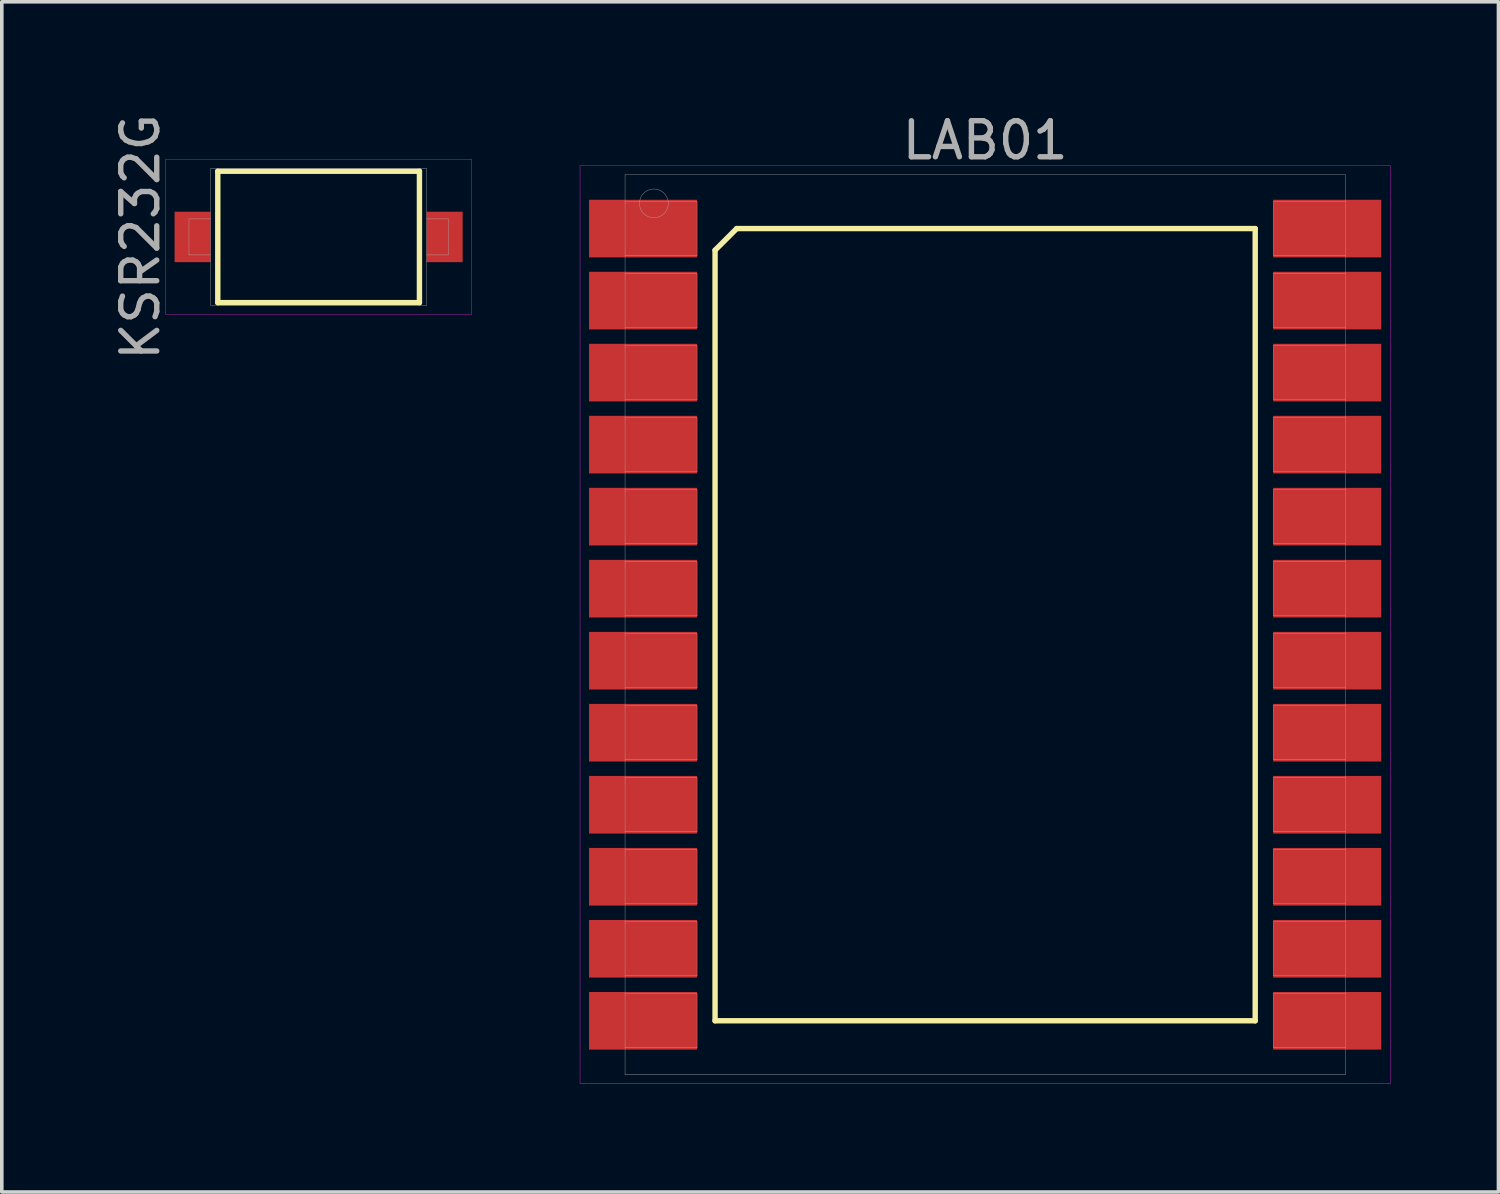
<source format=kicad_pcb>
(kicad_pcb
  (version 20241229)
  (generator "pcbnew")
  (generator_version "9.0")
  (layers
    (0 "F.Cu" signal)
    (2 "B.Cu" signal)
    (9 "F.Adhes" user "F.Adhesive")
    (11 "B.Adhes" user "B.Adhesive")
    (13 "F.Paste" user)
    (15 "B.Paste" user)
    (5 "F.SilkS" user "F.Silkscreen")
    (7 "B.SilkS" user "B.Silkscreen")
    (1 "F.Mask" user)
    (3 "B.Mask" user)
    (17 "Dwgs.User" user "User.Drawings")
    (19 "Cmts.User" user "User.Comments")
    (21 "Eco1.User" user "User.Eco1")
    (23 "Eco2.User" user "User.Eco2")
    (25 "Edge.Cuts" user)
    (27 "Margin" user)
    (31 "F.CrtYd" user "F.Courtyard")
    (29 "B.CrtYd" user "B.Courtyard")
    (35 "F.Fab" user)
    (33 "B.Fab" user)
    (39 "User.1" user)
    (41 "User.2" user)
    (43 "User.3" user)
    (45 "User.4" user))
  (footprint "LAB01"
    (layer "F.Cu")
    (at 24.308 14.298)
    (property "Reference" "LAB01" (at 0 -13.45 0) (layer "F.Fab") (effects (font (size 1 1) (thickness 0.15))))
    (attr smd)
    (fp_line (start -7.5 -10.4) (end -6.9 -11) (stroke (width 0.15) (type solid)) (layer "F.SilkS"))
    (fp_line (start -7.5 11) (end -7.5 -10.4) (stroke (width 0.15) (type solid)) (layer "F.SilkS"))
    (fp_line (start -6.9 -11) (end 7.5 -11) (stroke (width 0.15) (type solid)) (layer "F.SilkS"))
    (fp_line (start 7.5 -11) (end 7.5 11) (stroke (width 0.15) (type solid)) (layer "F.SilkS"))
    (fp_line (start 7.5 11) (end -7.5 11) (stroke (width 0.15) (type solid)) (layer "F.SilkS"))
    (fp_line (start -11.25 -12.75) (end 11.25 -12.75) (stroke (width 0.01) (type solid)) (layer "F.CrtYd"))
    (fp_line (start -11.25 12.75) (end -11.25 -12.75) (stroke (width 0.01) (type solid)) (layer "F.CrtYd"))
    (fp_line (start 11.25 -12.75) (end 11.25 12.75) (stroke (width 0.01) (type solid)) (layer "F.CrtYd"))
    (fp_line (start 11.25 12.75) (end -11.25 12.75) (stroke (width 0.01) (type solid)) (layer "F.CrtYd"))
    (fp_line (start -10 -12.5) (end 10 -12.5) (stroke (width 0.01) (type solid)) (layer "F.Fab"))
    (fp_line (start -10 -10.25) (end -8 -10.25) (stroke (width 0.01) (type solid)) (layer "F.Fab"))
    (fp_line (start -10 -8.25) (end -8 -8.25) (stroke (width 0.01) (type solid)) (layer "F.Fab"))
    (fp_line (start -10 -6.25) (end -8 -6.25) (stroke (width 0.01) (type solid)) (layer "F.Fab"))
    (fp_line (start -10 -4.25) (end -8 -4.25) (stroke (width 0.01) (type solid)) (layer "F.Fab"))
    (fp_line (start -10 -2.25) (end -8 -2.25) (stroke (width 0.01) (type solid)) (layer "F.Fab"))
    (fp_line (start -10 -0.25) (end -8 -0.25) (stroke (width 0.01) (type solid)) (layer "F.Fab"))
    (fp_line (start -10 1.75) (end -8 1.75) (stroke (width 0.01) (type solid)) (layer "F.Fab"))
    (fp_line (start -10 3.75) (end -8 3.75) (stroke (width 0.01) (type solid)) (layer "F.Fab"))
    (fp_line (start -10 5.75) (end -8 5.75) (stroke (width 0.01) (type solid)) (layer "F.Fab"))
    (fp_line (start -10 7.75) (end -8 7.75) (stroke (width 0.01) (type solid)) (layer "F.Fab"))
    (fp_line (start -10 9.75) (end -8 9.75) (stroke (width 0.01) (type solid)) (layer "F.Fab"))
    (fp_line (start -10 11.75) (end -8 11.75) (stroke (width 0.01) (type solid)) (layer "F.Fab"))
    (fp_line (start -10 12.5) (end -10 -12.5) (stroke (width 0.01) (type solid)) (layer "F.Fab"))
    (fp_line (start -8 -11.75) (end -10 -11.75) (stroke (width 0.01) (type solid)) (layer "F.Fab"))
    (fp_line (start -8 -10.25) (end -8 -11.75) (stroke (width 0.01) (type solid)) (layer "F.Fab"))
    (fp_line (start -8 -9.75) (end -10 -9.75) (stroke (width 0.01) (type solid)) (layer "F.Fab"))
    (fp_line (start -8 -8.25) (end -8 -9.75) (stroke (width 0.01) (type solid)) (layer "F.Fab"))
    (fp_line (start -8 -7.75) (end -10 -7.75) (stroke (width 0.01) (type solid)) (layer "F.Fab"))
    (fp_line (start -8 -6.25) (end -8 -7.75) (stroke (width 0.01) (type solid)) (layer "F.Fab"))
    (fp_line (start -8 -5.75) (end -10 -5.75) (stroke (width 0.01) (type solid)) (layer "F.Fab"))
    (fp_line (start -8 -4.25) (end -8 -5.75) (stroke (width 0.01) (type solid)) (layer "F.Fab"))
    (fp_line (start -8 -3.75) (end -10 -3.75) (stroke (width 0.01) (type solid)) (layer "F.Fab"))
    (fp_line (start -8 -2.25) (end -8 -3.75) (stroke (width 0.01) (type solid)) (layer "F.Fab"))
    (fp_line (start -8 -1.75) (end -10 -1.75) (stroke (width 0.01) (type solid)) (layer "F.Fab"))
    (fp_line (start -8 -0.25) (end -8 -1.75) (stroke (width 0.01) (type solid)) (layer "F.Fab"))
    (fp_line (start -8 0.25) (end -10 0.25) (stroke (width 0.01) (type solid)) (layer "F.Fab"))
    (fp_line (start -8 1.75) (end -8 0.25) (stroke (width 0.01) (type solid)) (layer "F.Fab"))
    (fp_line (start -8 2.25) (end -10 2.25) (stroke (width 0.01) (type solid)) (layer "F.Fab"))
    (fp_line (start -8 3.75) (end -8 2.25) (stroke (width 0.01) (type solid)) (layer "F.Fab"))
    (fp_line (start -8 4.25) (end -10 4.25) (stroke (width 0.01) (type solid)) (layer "F.Fab"))
    (fp_line (start -8 5.75) (end -8 4.25) (stroke (width 0.01) (type solid)) (layer "F.Fab"))
    (fp_line (start -8 6.25) (end -10 6.25) (stroke (width 0.01) (type solid)) (layer "F.Fab"))
    (fp_line (start -8 7.75) (end -8 6.25) (stroke (width 0.01) (type solid)) (layer "F.Fab"))
    (fp_line (start -8 8.25) (end -10 8.25) (stroke (width 0.01) (type solid)) (layer "F.Fab"))
    (fp_line (start -8 9.75) (end -8 8.25) (stroke (width 0.01) (type solid)) (layer "F.Fab"))
    (fp_line (start -8 10.25) (end -10 10.25) (stroke (width 0.01) (type solid)) (layer "F.Fab"))
    (fp_line (start -8 11.75) (end -8 10.25) (stroke (width 0.01) (type solid)) (layer "F.Fab"))
    (fp_line (start 8 -11.75) (end 8 -10.25) (stroke (width 0.01) (type solid)) (layer "F.Fab"))
    (fp_line (start 8 -10.25) (end 10 -10.25) (stroke (width 0.01) (type solid)) (layer "F.Fab"))
    (fp_line (start 8 -9.75) (end 8 -8.25) (stroke (width 0.01) (type solid)) (layer "F.Fab"))
    (fp_line (start 8 -8.25) (end 10 -8.25) (stroke (width 0.01) (type solid)) (layer "F.Fab"))
    (fp_line (start 8 -7.75) (end 8 -6.25) (stroke (width 0.01) (type solid)) (layer "F.Fab"))
    (fp_line (start 8 -6.25) (end 10 -6.25) (stroke (width 0.01) (type solid)) (layer "F.Fab"))
    (fp_line (start 8 -5.75) (end 8 -4.25) (stroke (width 0.01) (type solid)) (layer "F.Fab"))
    (fp_line (start 8 -4.25) (end 10 -4.25) (stroke (width 0.01) (type solid)) (layer "F.Fab"))
    (fp_line (start 8 -3.75) (end 8 -2.25) (stroke (width 0.01) (type solid)) (layer "F.Fab"))
    (fp_line (start 8 -2.25) (end 10 -2.25) (stroke (width 0.01) (type solid)) (layer "F.Fab"))
    (fp_line (start 8 -1.75) (end 8 -0.25) (stroke (width 0.01) (type solid)) (layer "F.Fab"))
    (fp_line (start 8 -0.25) (end 10 -0.25) (stroke (width 0.01) (type solid)) (layer "F.Fab"))
    (fp_line (start 8 0.25) (end 8 1.75) (stroke (width 0.01) (type solid)) (layer "F.Fab"))
    (fp_line (start 8 1.75) (end 10 1.75) (stroke (width 0.01) (type solid)) (layer "F.Fab"))
    (fp_line (start 8 2.25) (end 8 3.75) (stroke (width 0.01) (type solid)) (layer "F.Fab"))
    (fp_line (start 8 3.75) (end 10 3.75) (stroke (width 0.01) (type solid)) (layer "F.Fab"))
    (fp_line (start 8 4.25) (end 8 5.75) (stroke (width 0.01) (type solid)) (layer "F.Fab"))
    (fp_line (start 8 5.75) (end 10 5.75) (stroke (width 0.01) (type solid)) (layer "F.Fab"))
    (fp_line (start 8 6.25) (end 8 7.75) (stroke (width 0.01) (type solid)) (layer "F.Fab"))
    (fp_line (start 8 7.75) (end 10 7.75) (stroke (width 0.01) (type solid)) (layer "F.Fab"))
    (fp_line (start 8 8.25) (end 8 9.75) (stroke (width 0.01) (type solid)) (layer "F.Fab"))
    (fp_line (start 8 9.75) (end 10 9.75) (stroke (width 0.01) (type solid)) (layer "F.Fab"))
    (fp_line (start 8 10.25) (end 8 11.75) (stroke (width 0.01) (type solid)) (layer "F.Fab"))
    (fp_line (start 8 11.75) (end 10 11.75) (stroke (width 0.01) (type solid)) (layer "F.Fab"))
    (fp_line (start 10 -12.5) (end 10 12.5) (stroke (width 0.01) (type solid)) (layer "F.Fab"))
    (fp_line (start 10 -11.75) (end 8 -11.75) (stroke (width 0.01) (type solid)) (layer "F.Fab"))
    (fp_line (start 10 -9.75) (end 8 -9.75) (stroke (width 0.01) (type solid)) (layer "F.Fab"))
    (fp_line (start 10 -7.75) (end 8 -7.75) (stroke (width 0.01) (type solid)) (layer "F.Fab"))
    (fp_line (start 10 -5.75) (end 8 -5.75) (stroke (width 0.01) (type solid)) (layer "F.Fab"))
    (fp_line (start 10 -3.75) (end 8 -3.75) (stroke (width 0.01) (type solid)) (layer "F.Fab"))
    (fp_line (start 10 -1.75) (end 8 -1.75) (stroke (width 0.01) (type solid)) (layer "F.Fab"))
    (fp_line (start 10 0.25) (end 8 0.25) (stroke (width 0.01) (type solid)) (layer "F.Fab"))
    (fp_line (start 10 2.25) (end 8 2.25) (stroke (width 0.01) (type solid)) (layer "F.Fab"))
    (fp_line (start 10 4.25) (end 8 4.25) (stroke (width 0.01) (type solid)) (layer "F.Fab"))
    (fp_line (start 10 6.25) (end 8 6.25) (stroke (width 0.01) (type solid)) (layer "F.Fab"))
    (fp_line (start 10 8.25) (end 8 8.25) (stroke (width 0.01) (type solid)) (layer "F.Fab"))
    (fp_line (start 10 10.25) (end 8 10.25) (stroke (width 0.01) (type solid)) (layer "F.Fab"))
    (fp_line (start 10 12.5) (end -10 12.5) (stroke (width 0.01) (type solid)) (layer "F.Fab"))
    (fp_circle (center -9.2 -11.7) (end -9.2 -11.3) (stroke (width 0.01) (type solid)) (fill no) (layer "F.Fab"))
    (pad "1" smd rect (at -9.5 -11) (size 3 1.6) (layers "F.Cu" "F.Mask" "F.Paste"))
    (pad "2" smd rect (at -9.5 -9) (size 3 1.6) (layers "F.Cu" "F.Mask" "F.Paste"))
    (pad "3" smd rect (at -9.5 -7) (size 3 1.6) (layers "F.Cu" "F.Mask" "F.Paste"))
    (pad "4" smd rect (at -9.5 -5) (size 3 1.6) (layers "F.Cu" "F.Mask" "F.Paste"))
    (pad "5" smd rect (at -9.5 -3) (size 3 1.6) (layers "F.Cu" "F.Mask" "F.Paste"))
    (pad "6" smd rect (at -9.5 -1) (size 3 1.6) (layers "F.Cu" "F.Mask" "F.Paste"))
    (pad "7" smd rect (at -9.5 1) (size 3 1.6) (layers "F.Cu" "F.Mask" "F.Paste"))
    (pad "8" smd rect (at -9.5 3) (size 3 1.6) (layers "F.Cu" "F.Mask" "F.Paste"))
    (pad "9" smd rect (at -9.5 5) (size 3 1.6) (layers "F.Cu" "F.Mask" "F.Paste"))
    (pad "10" smd rect (at -9.5 7) (size 3 1.6) (layers "F.Cu" "F.Mask" "F.Paste"))
    (pad "11" smd rect (at -9.5 9) (size 3 1.6) (layers "F.Cu" "F.Mask" "F.Paste"))
    (pad "12" smd rect (at -9.5 11) (size 3 1.6) (layers "F.Cu" "F.Mask" "F.Paste"))
    (pad "13" smd rect (at 9.5 11) (size 3 1.6) (layers "F.Cu" "F.Mask" "F.Paste"))
    (pad "14" smd rect (at 9.5 9) (size 3 1.6) (layers "F.Cu" "F.Mask" "F.Paste"))
    (pad "15" smd rect (at 9.5 7) (size 3 1.6) (layers "F.Cu" "F.Mask" "F.Paste"))
    (pad "16" smd rect (at 9.5 5) (size 3 1.6) (layers "F.Cu" "F.Mask" "F.Paste"))
    (pad "17" smd rect (at 9.5 3) (size 3 1.6) (layers "F.Cu" "F.Mask" "F.Paste"))
    (pad "18" smd rect (at 9.5 1) (size 3 1.6) (layers "F.Cu" "F.Mask" "F.Paste"))
    (pad "19" smd rect (at 9.5 -1) (size 3 1.6) (layers "F.Cu" "F.Mask" "F.Paste"))
    (pad "20" smd rect (at 9.5 -3) (size 3 1.6) (layers "F.Cu" "F.Mask" "F.Paste"))
    (pad "21" smd rect (at 9.5 -5) (size 3 1.6) (layers "F.Cu" "F.Mask" "F.Paste"))
    (pad "22" smd rect (at 9.5 -7) (size 3 1.6) (layers "F.Cu" "F.Mask" "F.Paste"))
    (pad "23" smd rect (at 9.5 -9) (size 3 1.6) (layers "F.Cu" "F.Mask" "F.Paste"))
    (pad "24" smd rect (at 9.5 -11) (size 3 1.6) (layers "F.Cu" "F.Mask" "F.Paste")))
  (footprint "KSR232G"
    (layer "F.Cu")
    (at 5.798 3.53)
    (property "Reference" "KSR232G" (at -4.95 0 90) (layer "F.Fab") (effects (font (size 1 1) (thickness 0.15))))
    (attr smd)
    (fp_line (start -2.8 -1.825) (end 2.8 -1.825) (stroke (width 0.15) (type solid)) (layer "F.SilkS"))
    (fp_line (start -2.8 1.825) (end -2.8 -1.825) (stroke (width 0.15) (type solid)) (layer "F.SilkS"))
    (fp_line (start 2.8 -1.825) (end 2.8 1.825) (stroke (width 0.15) (type solid)) (layer "F.SilkS"))
    (fp_line (start 2.8 1.825) (end -2.8 1.825) (stroke (width 0.15) (type solid)) (layer "F.SilkS"))
    (fp_line (start -4.25 -2.15) (end 4.25 -2.15) (stroke (width 0.01) (type solid)) (layer "F.CrtYd"))
    (fp_line (start -4.25 2.15) (end -4.25 -2.15) (stroke (width 0.01) (type solid)) (layer "F.CrtYd"))
    (fp_line (start 4.25 -2.15) (end 4.25 2.15) (stroke (width 0.01) (type solid)) (layer "F.CrtYd"))
    (fp_line (start 4.25 2.15) (end -4.25 2.15) (stroke (width 0.01) (type solid)) (layer "F.CrtYd"))
    (fp_line (start -3.6 -0.5) (end -3.6 0.5) (stroke (width 0.01) (type solid)) (layer "F.Fab"))
    (fp_line (start -3.6 -0.5) (end -3 -0.5) (stroke (width 0.01) (type solid)) (layer "F.Fab"))
    (fp_line (start -3.6 0.5) (end -3 0.5) (stroke (width 0.01) (type solid)) (layer "F.Fab"))
    (fp_line (start -3 -1.9) (end 3 -1.9) (stroke (width 0.01) (type solid)) (layer "F.Fab"))
    (fp_line (start -3 1.9) (end -3 -1.9) (stroke (width 0.01) (type solid)) (layer "F.Fab"))
    (fp_line (start 3 -1.9) (end 3 1.9) (stroke (width 0.01) (type solid)) (layer "F.Fab"))
    (fp_line (start 3 1.9) (end -3 1.9) (stroke (width 0.01) (type solid)) (layer "F.Fab"))
    (fp_line (start 3.6 -0.5) (end 3 -0.5) (stroke (width 0.01) (type solid)) (layer "F.Fab"))
    (fp_line (start 3.6 -0.5) (end 3.6 0.5) (stroke (width 0.01) (type solid)) (layer "F.Fab"))
    (fp_line (start 3.6 0.5) (end 3 0.5) (stroke (width 0.01) (type solid)) (layer "F.Fab"))
    (pad "1" smd rect (at -3.5 0) (size 1 1.4) (layers "F.Cu" "F.Mask" "F.Paste"))
    (pad "2" smd rect (at 3.5 0) (size 1 1.4) (layers "F.Cu" "F.Mask" "F.Paste")))
  (gr_rect
    (start -3 -3)
    (end 38.563 30.053)
    (stroke (width 0.1) (type default))
    (fill no)
    (layer "Edge.Cuts")))
</source>
